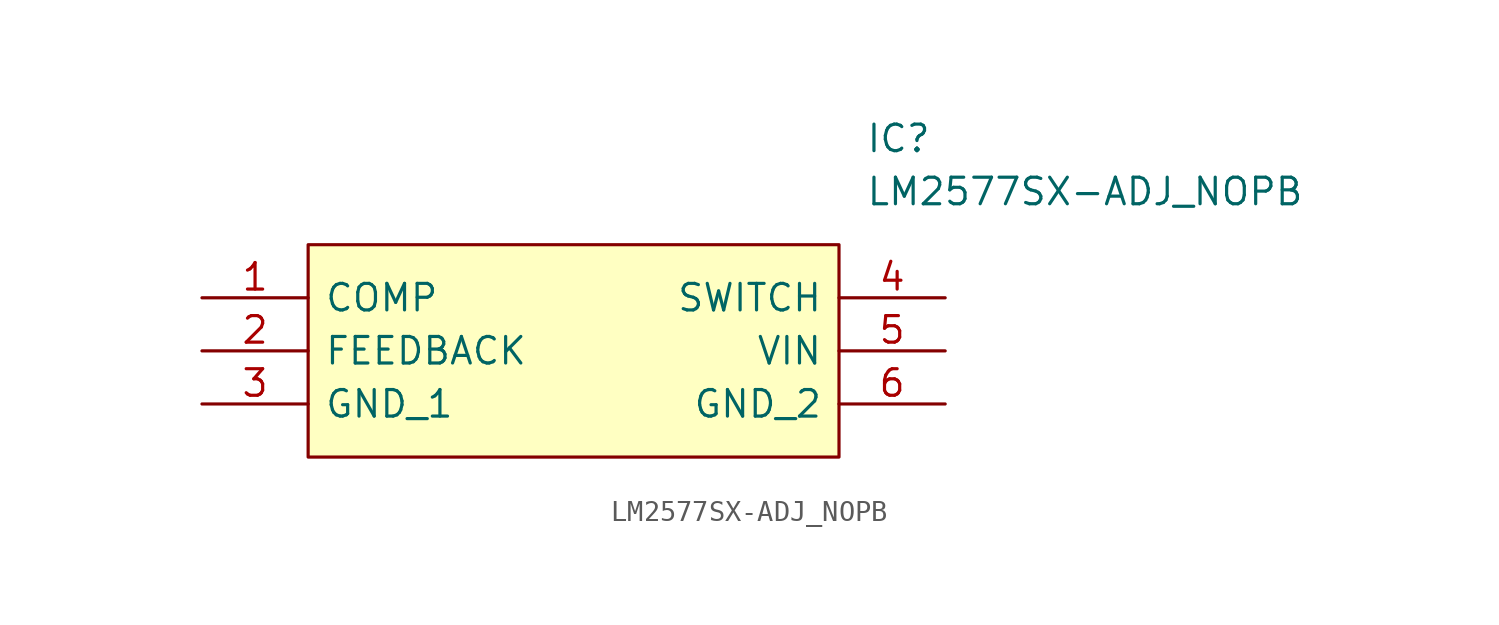
<source format=kicad_sym>
(kicad_symbol_lib
  (version 20211014)
  (generator kicad_symbol_editor)
  (symbol "LM2577SX-ADJ_NOPB"
    (pin_names
      (offset 0.762))
    (property "Reference" "IC"
      (at 31.75 7.62 0)
      (effects (font (size 1.27 1.27)) (justify left)))
    (property "Value" "LM2577SX-ADJ_NOPB"
      (at 31.75 5.08 0)
      (effects (font (size 1.27 1.27)) (justify left)))
    (symbol "LM2577SX-ADJ_NOPB_0_0"
      (pin passive line (at 0 0 0) (length 5.08) (name "COMP" (effects (font (size 1.27 1.27)))) (number "1" (effects (font (size 1.27 1.27)))))
      (pin passive line (at 0 -2.54 0) (length 5.08) (name "FEEDBACK" (effects (font (size 1.27 1.27)))) (number "2" (effects (font (size 1.27 1.27)))))
      (pin passive line (at 0 -5.08 0) (length 5.08) (name "GND_1" (effects (font (size 1.27 1.27)))) (number "3" (effects (font (size 1.27 1.27)))))
      (pin passive line (at 35.56 0 180) (length 5.08) (name "SWITCH" (effects (font (size 1.27 1.27)))) (number "4" (effects (font (size 1.27 1.27)))))
      (pin passive line (at 35.56 -2.54 180) (length 5.08) (name "VIN" (effects (font (size 1.27 1.27)))) (number "5" (effects (font (size 1.27 1.27)))))
      (pin passive line (at 35.56 -5.08 180) (length 5.08) (name "GND_2" (effects (font (size 1.27 1.27)))) (number "6" (effects (font (size 1.27 1.27))))))
    (symbol "LM2577SX-ADJ_NOPB_0_1"
      (polyline (pts (xy 5.08 2.54) (xy 30.48 2.54) (xy 30.48 -7.62) (xy 5.08 -7.62) (xy 5.08 2.54)) (stroke (width 0.152) (type default) (color 0 0 0 0)) (fill (type background))))))
</source>
